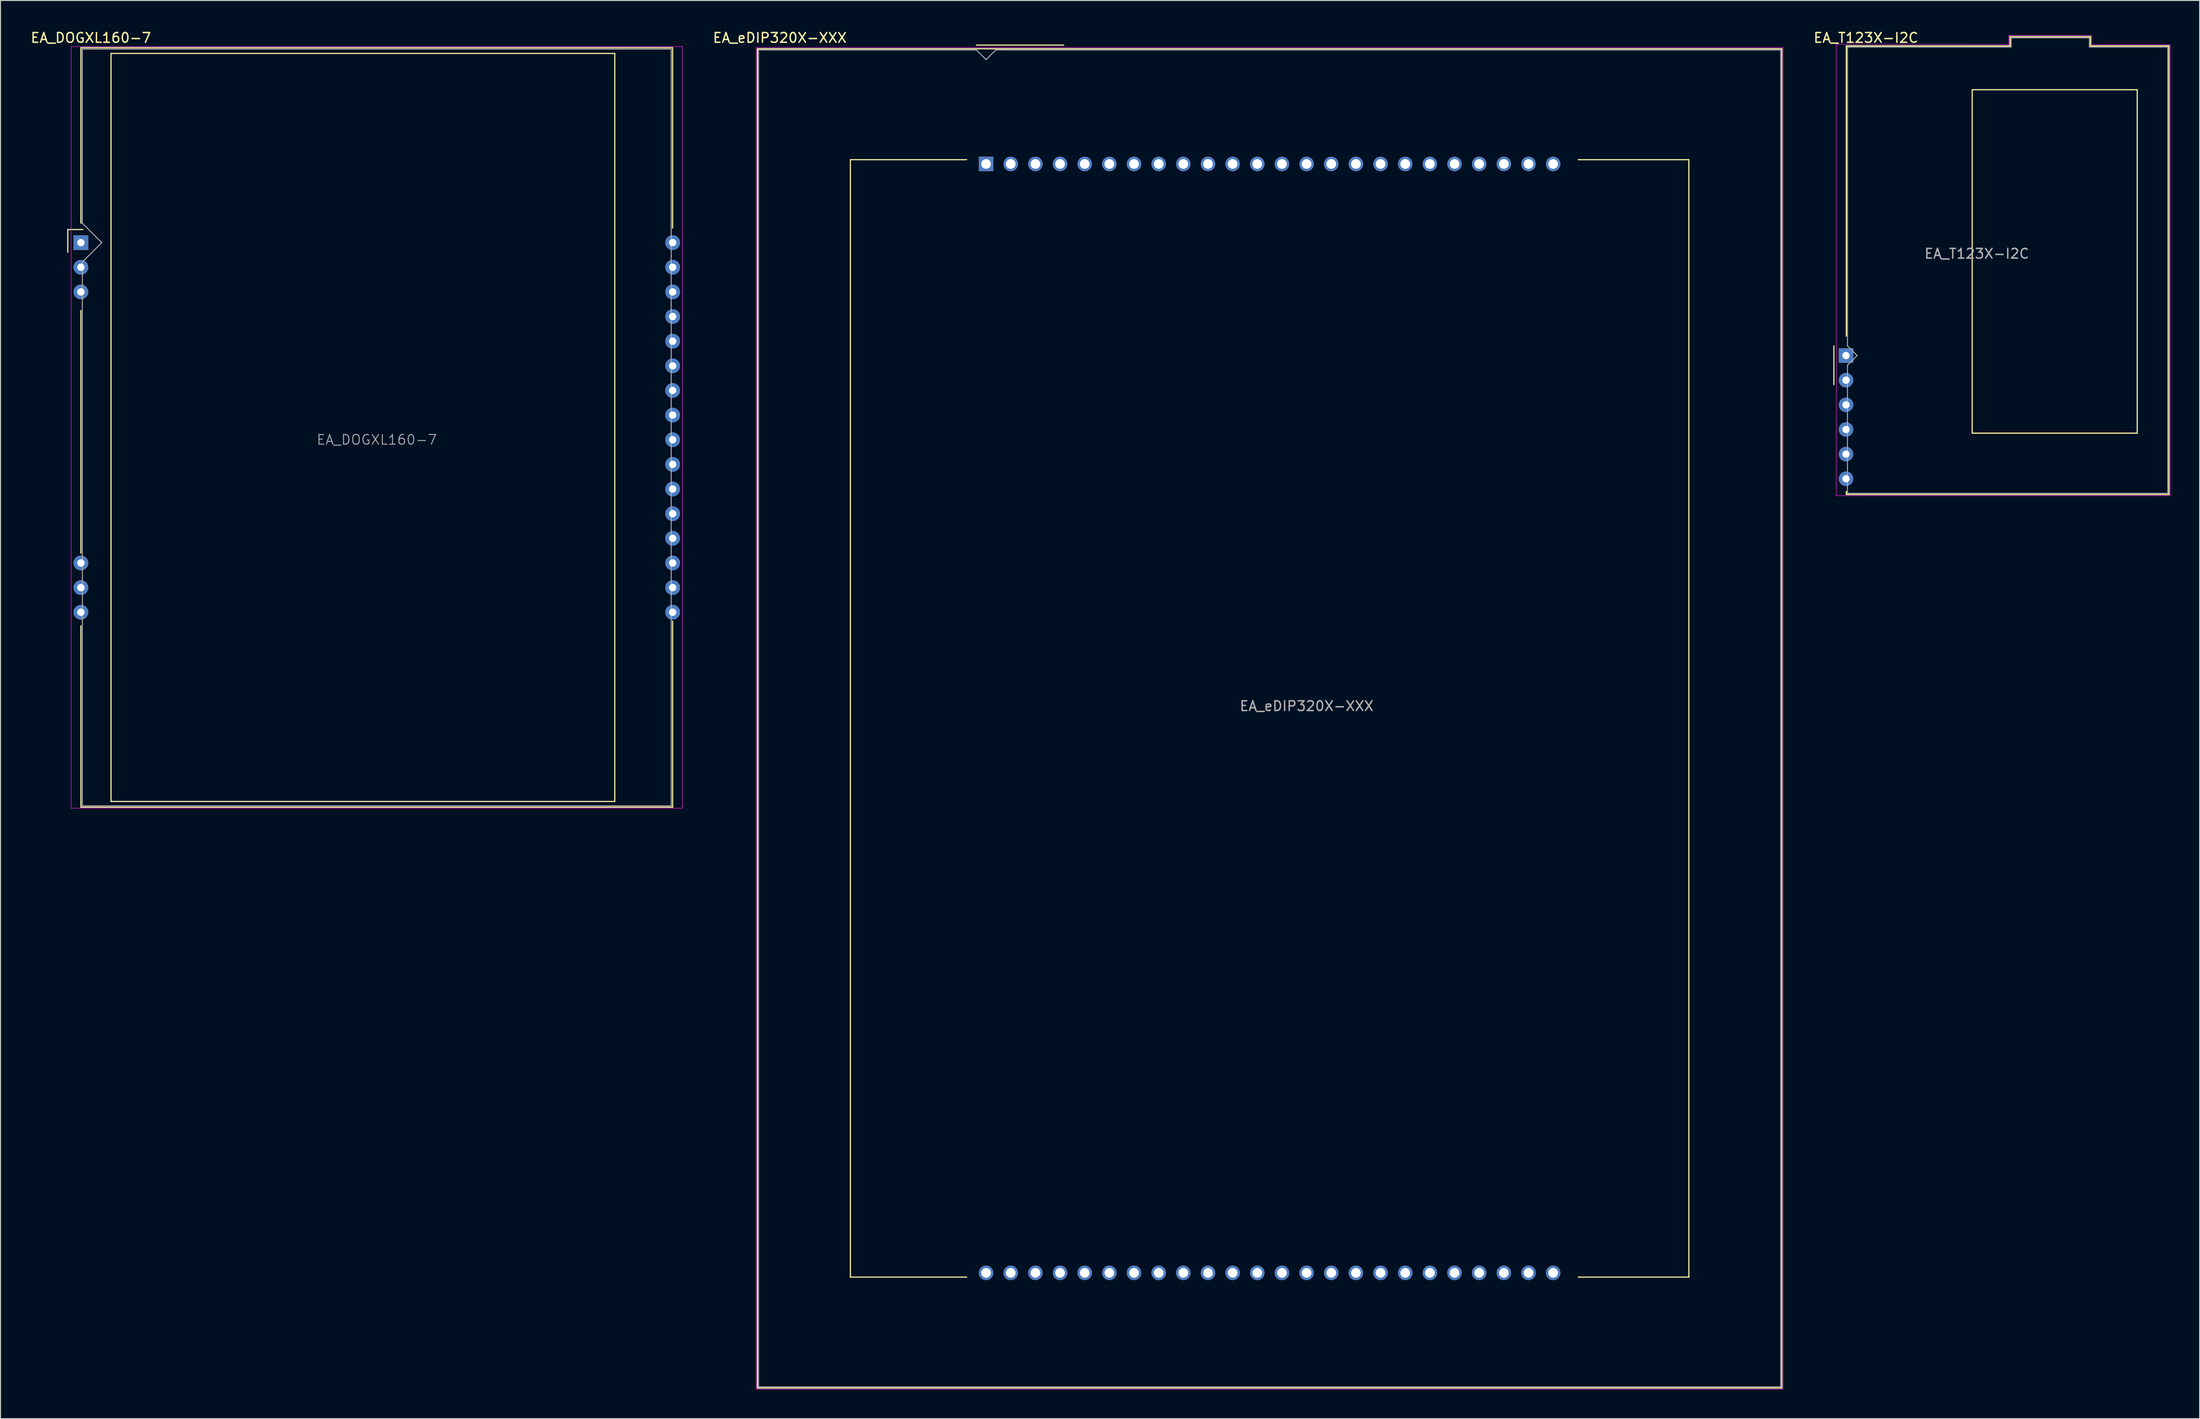
<source format=kicad_pcb>
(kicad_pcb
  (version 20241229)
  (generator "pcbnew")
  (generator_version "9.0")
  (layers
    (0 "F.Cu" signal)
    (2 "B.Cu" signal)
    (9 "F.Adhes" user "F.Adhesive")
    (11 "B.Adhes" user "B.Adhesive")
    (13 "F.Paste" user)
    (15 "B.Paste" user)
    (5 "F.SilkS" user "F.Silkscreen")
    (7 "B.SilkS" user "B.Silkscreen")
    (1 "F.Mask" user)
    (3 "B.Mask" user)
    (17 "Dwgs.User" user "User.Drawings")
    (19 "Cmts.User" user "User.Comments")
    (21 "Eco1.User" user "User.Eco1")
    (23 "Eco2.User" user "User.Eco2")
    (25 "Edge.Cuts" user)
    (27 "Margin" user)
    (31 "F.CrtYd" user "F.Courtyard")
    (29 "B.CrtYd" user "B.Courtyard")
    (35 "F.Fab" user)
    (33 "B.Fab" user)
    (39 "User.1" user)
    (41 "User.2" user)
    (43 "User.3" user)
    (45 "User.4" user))
  (footprint "EA_DOGXL160-7"
    (layer "F.Cu")
    (at 5.285 21.958)
    (property "Reference" "EA_DOGXL160-7" (at 1.03 -21.11 0) (layer "F.SilkS") (effects (font (size 1 1) (thickness 0.15))))
    (attr through_hole)
    (fp_line (start -1.35 -1.35) (end -1.35 1) (stroke (width 0.12) (type solid)) (layer "F.SilkS"))
    (fp_line (start 0 -20.09) (end 0 -2) (stroke (width 0.12) (type solid)) (layer "F.SilkS"))
    (fp_line (start 0 7) (end 0 32) (stroke (width 0.12) (type solid)) (layer "F.SilkS"))
    (fp_line (start 0 39.5) (end 0 58.19) (stroke (width 0.12) (type solid)) (layer "F.SilkS"))
    (fp_line (start 0 58.19) (end 60.96 58.19) (stroke (width 0.12) (type solid)) (layer "F.SilkS"))
    (fp_line (start 0.2 -1.35) (end -1.35 -1.35) (stroke (width 0.12) (type solid)) (layer "F.SilkS"))
    (fp_line (start 3.1 -19.5) (end 3.1 57.6) (stroke (width 0.12) (type solid)) (layer "F.SilkS"))
    (fp_line (start 3.1 57.6) (end 55 57.6) (stroke (width 0.12) (type solid)) (layer "F.SilkS"))
    (fp_line (start 55 -19.5) (end 3.1 -19.5) (stroke (width 0.12) (type solid)) (layer "F.SilkS"))
    (fp_line (start 55 57.6) (end 55 -19.5) (stroke (width 0.12) (type solid)) (layer "F.SilkS"))
    (fp_line (start 60.96 -20.09) (end 0 -20.09) (stroke (width 0.12) (type solid)) (layer "F.SilkS"))
    (fp_line (start 60.96 -1.5) (end 60.96 -20.08) (stroke (width 0.12) (type solid)) (layer "F.SilkS"))
    (fp_line (start 60.96 58.19) (end 60.96 39.02) (stroke (width 0.12) (type solid)) (layer "F.SilkS"))
    (fp_line (start -1.01 -20.2) (end 61.97 -20.2) (stroke (width 0.05) (type solid)) (layer "F.CrtYd"))
    (fp_line (start -1.01 58.3) (end -1.01 -20.2) (stroke (width 0.05) (type solid)) (layer "F.CrtYd"))
    (fp_line (start 61.97 -20.2) (end 61.97 58.3) (stroke (width 0.05) (type solid)) (layer "F.CrtYd"))
    (fp_line (start 61.97 58.3) (end -1.01 58.3) (stroke (width 0.05) (type solid)) (layer "F.CrtYd"))
    (fp_line (start 0.15 -19.95) (end 60.81 -19.95) (stroke (width 0.1) (type solid)) (layer "F.Fab"))
    (fp_line (start 0.15 -2) (end 0.15 -19.95) (stroke (width 0.1) (type solid)) (layer "F.Fab"))
    (fp_line (start 0.15 -2) (end 2.15 0) (stroke (width 0.1) (type solid)) (layer "F.Fab"))
    (fp_line (start 0.15 2) (end 0.15 58.05) (stroke (width 0.1) (type solid)) (layer "F.Fab"))
    (fp_line (start 2.15 0) (end 0.15 2) (stroke (width 0.1) (type solid)) (layer "F.Fab"))
    (fp_line (start 60.81 -19.95) (end 60.81 58.05) (stroke (width 0.1) (type solid)) (layer "F.Fab"))
    (fp_line (start 60.81 58.05) (end 0.15 58.05) (stroke (width 0.1) (type solid)) (layer "F.Fab"))
    (fp_text user "${REFERENCE}" (at 30.48 20.32 0) (layer "F.Fab") (effects (font (size 1 1) (thickness 0.1))))
    (pad "1" thru_hole rect (at 0 0) (size 1.524 1.524) (drill 0.762) (layers "*.Cu" "*.Mask"))
    (pad "2" thru_hole circle (at 0 2.54) (size 1.524 1.524) (drill 0.762) (layers "*.Cu" "*.Mask"))
    (pad "3" thru_hole circle (at 0 5.08) (size 1.524 1.524) (drill 0.762) (layers "*.Cu" "*.Mask"))
    (pad "14" thru_hole circle (at 0 33.02) (size 1.524 1.524) (drill 0.762) (layers "*.Cu" "*.Mask"))
    (pad "15" thru_hole circle (at 0 35.56) (size 1.524 1.524) (drill 0.762) (layers "*.Cu" "*.Mask"))
    (pad "16" thru_hole circle (at 0 38.1) (size 1.524 1.524) (drill 0.762) (layers "*.Cu" "*.Mask"))
    (pad "17" thru_hole circle (at 60.96 38.1) (size 1.524 1.524) (drill 0.762) (layers "*.Cu" "*.Mask"))
    (pad "18" thru_hole circle (at 60.96 35.56) (size 1.524 1.524) (drill 0.762) (layers "*.Cu" "*.Mask"))
    (pad "19" thru_hole circle (at 60.96 33.02) (size 1.524 1.524) (drill 0.762) (layers "*.Cu" "*.Mask"))
    (pad "20" thru_hole circle (at 60.96 30.48) (size 1.524 1.524) (drill 0.762) (layers "*.Cu" "*.Mask"))
    (pad "21" thru_hole circle (at 60.96 27.94) (size 1.524 1.524) (drill 0.762) (layers "*.Cu" "*.Mask"))
    (pad "22" thru_hole circle (at 60.96 25.4) (size 1.524 1.524) (drill 0.762) (layers "*.Cu" "*.Mask"))
    (pad "23" thru_hole circle (at 60.96 22.86) (size 1.524 1.524) (drill 0.762) (layers "*.Cu" "*.Mask"))
    (pad "24" thru_hole circle (at 60.96 20.32) (size 1.524 1.524) (drill 0.762) (layers "*.Cu" "*.Mask"))
    (pad "25" thru_hole circle (at 60.96 17.78) (size 1.524 1.524) (drill 0.762) (layers "*.Cu" "*.Mask"))
    (pad "26" thru_hole circle (at 60.96 15.24) (size 1.524 1.524) (drill 0.762) (layers "*.Cu" "*.Mask"))
    (pad "27" thru_hole circle (at 60.96 12.7) (size 1.524 1.524) (drill 0.762) (layers "*.Cu" "*.Mask"))
    (pad "28" thru_hole circle (at 60.96 10.16) (size 1.524 1.524) (drill 0.762) (layers "*.Cu" "*.Mask"))
    (pad "29" thru_hole circle (at 60.96 7.62) (size 1.524 1.524) (drill 0.762) (layers "*.Cu" "*.Mask"))
    (pad "30" thru_hole circle (at 60.96 5.08) (size 1.524 1.524) (drill 0.762) (layers "*.Cu" "*.Mask"))
    (pad "31" thru_hole circle (at 60.96 2.54) (size 1.524 1.524) (drill 0.762) (layers "*.Cu" "*.Mask"))
    (pad "32" thru_hole circle (at 60.96 0) (size 1.524 1.524) (drill 0.762) (layers "*.Cu" "*.Mask")))
  (footprint "EA_T123X-I2C"
    (layer "F.Cu")
    (at 187.127 33.598)
    (property "Reference" "EA_T123X-I2C" (at 2.05 -32.75 0) (layer "F.SilkS") (effects (font (size 1 1) (thickness 0.15))))
    (attr through_hole)
    (fp_line (start -1.25 -1) (end -1.25 3) (stroke (width 0.12) (type solid)) (layer "F.SilkS"))
    (fp_line (start 0.03 -31.92) (end 0.03 -2) (stroke (width 0.12) (type solid)) (layer "F.SilkS"))
    (fp_line (start 0.03 -31.92) (end 16.89 -31.92) (stroke (width 0.12) (type solid)) (layer "F.SilkS"))
    (fp_line (start 0.03 14.32) (end 0.03 14) (stroke (width 0.12) (type solid)) (layer "F.SilkS"))
    (fp_line (start 13 -27.4) (end 30 -27.4) (stroke (width 0.12) (type solid)) (layer "F.SilkS"))
    (fp_line (start 13 8) (end 13 -27.4) (stroke (width 0.12) (type solid)) (layer "F.SilkS"))
    (fp_line (start 13 8) (end 30 8) (stroke (width 0.12) (type solid)) (layer "F.SilkS"))
    (fp_line (start 16.89 -32.87) (end 16.89 -31.94) (stroke (width 0.12) (type solid)) (layer "F.SilkS"))
    (fp_line (start 25.19 -32.87) (end 16.89 -32.87) (stroke (width 0.12) (type solid)) (layer "F.SilkS"))
    (fp_line (start 25.19 -31.93) (end 25.19 -32.87) (stroke (width 0.12) (type solid)) (layer "F.SilkS"))
    (fp_line (start 25.19 -31.92) (end 33.27 -31.92) (stroke (width 0.12) (type solid)) (layer "F.SilkS"))
    (fp_line (start 30 -27.4) (end 30 8) (stroke (width 0.12) (type solid)) (layer "F.SilkS"))
    (fp_line (start 33.27 -31.92) (end 33.27 14.32) (stroke (width 0.12) (type solid)) (layer "F.SilkS"))
    (fp_line (start 33.27 14.32) (end 0.03 14.32) (stroke (width 0.12) (type solid)) (layer "F.SilkS"))
    (fp_line (start -1 14.45) (end -1 -32.05) (stroke (width 0.05) (type solid)) (layer "F.CrtYd"))
    (fp_line (start 16.76 -33) (end 16.76 -32.08) (stroke (width 0.05) (type solid)) (layer "F.CrtYd"))
    (fp_line (start 16.76 -32.08) (end -1 -32.09) (stroke (width 0.05) (type solid)) (layer "F.CrtYd"))
    (fp_line (start 25.31 -33) (end 16.76 -33) (stroke (width 0.05) (type solid)) (layer "F.CrtYd"))
    (fp_line (start 25.32 -32.06) (end 25.32 -33) (stroke (width 0.05) (type solid)) (layer "F.CrtYd"))
    (fp_line (start 25.32 -32.05) (end 33.4 -32.05) (stroke (width 0.05) (type solid)) (layer "F.CrtYd"))
    (fp_line (start 33.4 -32.05) (end 33.4 14.45) (stroke (width 0.05) (type solid)) (layer "F.CrtYd"))
    (fp_line (start 33.4 14.45) (end -1 14.45) (stroke (width 0.05) (type solid)) (layer "F.CrtYd"))
    (fp_line (start 0.15 -31.8) (end 17.01 -31.8) (stroke (width 0.1) (type solid)) (layer "F.Fab"))
    (fp_line (start 0.15 -1) (end 0.15 -31.8) (stroke (width 0.1) (type solid)) (layer "F.Fab"))
    (fp_line (start 0.15 -1) (end 1.15 0) (stroke (width 0.1) (type solid)) (layer "F.Fab"))
    (fp_line (start 0.15 1) (end 0.15 14.2) (stroke (width 0.1) (type solid)) (layer "F.Fab"))
    (fp_line (start 0.15 14.2) (end 33.15 14.2) (stroke (width 0.1) (type solid)) (layer "F.Fab"))
    (fp_line (start 1.15 0) (end 0.15 1) (stroke (width 0.1) (type solid)) (layer "F.Fab"))
    (fp_line (start 17.01 -32.75) (end 17.01 -31.8) (stroke (width 0.1) (type solid)) (layer "F.Fab"))
    (fp_line (start 25.07 -32.75) (end 17.01 -32.75) (stroke (width 0.1) (type solid)) (layer "F.Fab"))
    (fp_line (start 25.07 -31.8) (end 25.07 -32.75) (stroke (width 0.1) (type solid)) (layer "F.Fab"))
    (fp_line (start 25.07 -31.8) (end 33.15 -31.8) (stroke (width 0.1) (type solid)) (layer "F.Fab"))
    (fp_line (start 33.15 -31.8) (end 33.15 14.2) (stroke (width 0.1) (type solid)) (layer "F.Fab"))
    (fp_text user "${REFERENCE}" (at 13.47 -10.5 0) (layer "F.Fab") (effects (font (size 1 1) (thickness 0.15))))
    (pad "1" thru_hole rect (at 0 0) (size 1.5 1.5) (drill 0.75) (layers "*.Cu" "*.Mask"))
    (pad "2" thru_hole circle (at 0 2.54) (size 1.5 1.5) (drill 0.75) (layers "*.Cu" "*.Mask"))
    (pad "3" thru_hole circle (at 0 5.08) (size 1.5 1.5) (drill 0.75) (layers "*.Cu" "*.Mask"))
    (pad "4" thru_hole circle (at 0 7.62) (size 1.5 1.5) (drill 0.75) (layers "*.Cu" "*.Mask"))
    (pad "5" thru_hole circle (at 0 10.16) (size 1.5 1.5) (drill 0.75) (layers "*.Cu" "*.Mask"))
    (pad "6" thru_hole circle (at 0 12.7) (size 1.5 1.5) (drill 0.75) (layers "*.Cu" "*.Mask")))
  (footprint "EA_eDIP320X-XXX"
    (layer "F.Cu")
    (at 98.536 13.848)
    (property "Reference" "EA_eDIP320X-XXX" (at -21.25 -13 0) (layer "F.SilkS") (effects (font (size 1 1) (thickness 0.15))))
    (attr through_hole)
    (fp_line (start -23.56 -11.87) (end 81.98 -11.87) (stroke (width 0.12) (type solid)) (layer "F.SilkS"))
    (fp_line (start -23.56 126.17) (end -23.56 -11.87) (stroke (width 0.12) (type solid)) (layer "F.SilkS"))
    (fp_line (start -13.98 -0.44) (end -2 -0.44) (stroke (width 0.12) (type solid)) (layer "F.SilkS"))
    (fp_line (start -13.98 114.74) (end -13.98 -0.44) (stroke (width 0.12) (type solid)) (layer "F.SilkS"))
    (fp_line (start -13.98 114.74) (end -2 114.74) (stroke (width 0.12) (type solid)) (layer "F.SilkS"))
    (fp_line (start -1 -12.25) (end 8 -12.25) (stroke (width 0.12) (type solid)) (layer "F.SilkS"))
    (fp_line (start 61 -0.44) (end 72.4 -0.44) (stroke (width 0.12) (type solid)) (layer "F.SilkS"))
    (fp_line (start 72.4 -0.44) (end 72.4 114.74) (stroke (width 0.12) (type solid)) (layer "F.SilkS"))
    (fp_line (start 72.4 114.74) (end 61 114.74) (stroke (width 0.12) (type solid)) (layer "F.SilkS"))
    (fp_line (start 81.98 -11.87) (end 81.98 126.17) (stroke (width 0.12) (type solid)) (layer "F.SilkS"))
    (fp_line (start 81.98 126.17) (end -23.56 126.17) (stroke (width 0.12) (type solid)) (layer "F.SilkS"))
    (fp_line (start -23.69 -12) (end 82.11 -12) (stroke (width 0.05) (type solid)) (layer "F.CrtYd"))
    (fp_line (start -23.69 126.3) (end -23.69 -12) (stroke (width 0.05) (type solid)) (layer "F.CrtYd"))
    (fp_line (start 82.11 -12) (end 82.11 126.3) (stroke (width 0.05) (type solid)) (layer "F.CrtYd"))
    (fp_line (start 82.11 126.3) (end -23.69 126.3) (stroke (width 0.05) (type solid)) (layer "F.CrtYd"))
    (fp_line (start -23.44 126.05) (end -23.44 -11.75) (stroke (width 0.1) (type solid)) (layer "F.Fab"))
    (fp_line (start -1 -11.75) (end -23.44 -11.75) (stroke (width 0.1) (type solid)) (layer "F.Fab"))
    (fp_line (start 0 -10.75) (end -1 -11.75) (stroke (width 0.1) (type solid)) (layer "F.Fab"))
    (fp_line (start 1 -11.75) (end 0 -10.75) (stroke (width 0.1) (type solid)) (layer "F.Fab"))
    (fp_line (start 1 -11.75) (end 81.86 -11.75) (stroke (width 0.1) (type solid)) (layer "F.Fab"))
    (fp_line (start 81.86 -11.75) (end 81.86 126.05) (stroke (width 0.1) (type solid)) (layer "F.Fab"))
    (fp_line (start 81.86 126.05) (end -23.44 126.05) (stroke (width 0.1) (type solid)) (layer "F.Fab"))
    (fp_text user "${REFERENCE}" (at 33.02 55.88 0) (layer "F.Fab") (effects (font (size 1 1) (thickness 0.15))))
    (pad "1" thru_hole rect (at 0 0) (size 1.5 1.5) (drill 1) (layers "*.Cu" "*.Mask"))
    (pad "2" thru_hole circle (at 2.54 0) (size 1.5 1.5) (drill 1) (layers "*.Cu" "*.Mask"))
    (pad "3" thru_hole circle (at 5.08 0) (size 1.5 1.5) (drill 1) (layers "*.Cu" "*.Mask"))
    (pad "4" thru_hole circle (at 7.62 0) (size 1.5 1.5) (drill 1) (layers "*.Cu" "*.Mask"))
    (pad "5" thru_hole circle (at 10.16 0) (size 1.5 1.5) (drill 1) (layers "*.Cu" "*.Mask"))
    (pad "6" thru_hole circle (at 12.7 0) (size 1.5 1.5) (drill 1) (layers "*.Cu" "*.Mask"))
    (pad "7" thru_hole circle (at 15.24 0) (size 1.5 1.5) (drill 1) (layers "*.Cu" "*.Mask"))
    (pad "8" thru_hole circle (at 17.78 0) (size 1.5 1.5) (drill 1) (layers "*.Cu" "*.Mask"))
    (pad "9" thru_hole circle (at 20.32 0) (size 1.5 1.5) (drill 1) (layers "*.Cu" "*.Mask"))
    (pad "10" thru_hole circle (at 22.86 0) (size 1.5 1.5) (drill 1) (layers "*.Cu" "*.Mask"))
    (pad "11" thru_hole circle (at 25.4 0) (size 1.5 1.5) (drill 1) (layers "*.Cu" "*.Mask"))
    (pad "12" thru_hole circle (at 27.94 0) (size 1.5 1.5) (drill 1) (layers "*.Cu" "*.Mask"))
    (pad "13" thru_hole circle (at 30.48 0) (size 1.5 1.5) (drill 1) (layers "*.Cu" "*.Mask"))
    (pad "14" thru_hole circle (at 33.02 0) (size 1.5 1.5) (drill 1) (layers "*.Cu" "*.Mask"))
    (pad "15" thru_hole circle (at 35.56 0) (size 1.5 1.5) (drill 1) (layers "*.Cu" "*.Mask"))
    (pad "16" thru_hole circle (at 38.1 0) (size 1.5 1.5) (drill 1) (layers "*.Cu" "*.Mask"))
    (pad "17" thru_hole circle (at 40.64 0) (size 1.5 1.5) (drill 1) (layers "*.Cu" "*.Mask"))
    (pad "18" thru_hole circle (at 43.18 0) (size 1.5 1.5) (drill 1) (layers "*.Cu" "*.Mask"))
    (pad "19" thru_hole circle (at 45.72 0) (size 1.5 1.5) (drill 1) (layers "*.Cu" "*.Mask"))
    (pad "20" thru_hole circle (at 48.26 0) (size 1.5 1.5) (drill 1) (layers "*.Cu" "*.Mask"))
    (pad "21" thru_hole circle (at 50.8 0) (size 1.5 1.5) (drill 1) (layers "*.Cu" "*.Mask"))
    (pad "22" thru_hole circle (at 53.34 0) (size 1.5 1.5) (drill 1) (layers "*.Cu" "*.Mask"))
    (pad "23" thru_hole circle (at 55.88 0) (size 1.5 1.5) (drill 1) (layers "*.Cu" "*.Mask"))
    (pad "24" thru_hole circle (at 58.42 0) (size 1.5 1.5) (drill 1) (layers "*.Cu" "*.Mask"))
    (pad "25" thru_hole circle (at 58.42 114.3) (size 1.5 1.5) (drill 1) (layers "*.Cu" "*.Mask"))
    (pad "26" thru_hole circle (at 55.88 114.3) (size 1.5 1.5) (drill 1) (layers "*.Cu" "*.Mask"))
    (pad "27" thru_hole circle (at 53.34 114.3) (size 1.5 1.5) (drill 1) (layers "*.Cu" "*.Mask"))
    (pad "28" thru_hole circle (at 50.8 114.3) (size 1.5 1.5) (drill 1) (layers "*.Cu" "*.Mask"))
    (pad "29" thru_hole circle (at 48.26 114.3) (size 1.5 1.5) (drill 1) (layers "*.Cu" "*.Mask"))
    (pad "30" thru_hole circle (at 45.72 114.3) (size 1.5 1.5) (drill 1) (layers "*.Cu" "*.Mask"))
    (pad "31" thru_hole circle (at 43.18 114.3) (size 1.5 1.5) (drill 1) (layers "*.Cu" "*.Mask"))
    (pad "32" thru_hole circle (at 40.64 114.3) (size 1.5 1.5) (drill 1) (layers "*.Cu" "*.Mask"))
    (pad "33" thru_hole circle (at 38.1 114.3) (size 1.5 1.5) (drill 1) (layers "*.Cu" "*.Mask"))
    (pad "34" thru_hole circle (at 35.56 114.3) (size 1.5 1.5) (drill 1) (layers "*.Cu" "*.Mask"))
    (pad "35" thru_hole circle (at 33.02 114.3) (size 1.5 1.5) (drill 1) (layers "*.Cu" "*.Mask"))
    (pad "36" thru_hole circle (at 30.48 114.3) (size 1.5 1.5) (drill 1) (layers "*.Cu" "*.Mask"))
    (pad "37" thru_hole circle (at 27.94 114.3) (size 1.5 1.5) (drill 1) (layers "*.Cu" "*.Mask"))
    (pad "38" thru_hole circle (at 25.4 114.3) (size 1.5 1.5) (drill 1) (layers "*.Cu" "*.Mask"))
    (pad "39" thru_hole circle (at 22.86 114.3) (size 1.5 1.5) (drill 1) (layers "*.Cu" "*.Mask"))
    (pad "40" thru_hole circle (at 20.32 114.3) (size 1.5 1.5) (drill 1) (layers "*.Cu" "*.Mask"))
    (pad "41" thru_hole circle (at 17.78 114.3) (size 1.5 1.5) (drill 1) (layers "*.Cu" "*.Mask"))
    (pad "42" thru_hole circle (at 15.24 114.3) (size 1.5 1.5) (drill 1) (layers "*.Cu" "*.Mask"))
    (pad "43" thru_hole circle (at 12.7 114.3) (size 1.5 1.5) (drill 1) (layers "*.Cu" "*.Mask"))
    (pad "44" thru_hole circle (at 10.16 114.3) (size 1.5 1.5) (drill 1) (layers "*.Cu" "*.Mask"))
    (pad "45" thru_hole circle (at 7.62 114.3) (size 1.5 1.5) (drill 1) (layers "*.Cu" "*.Mask"))
    (pad "46" thru_hole circle (at 5.08 114.3) (size 1.5 1.5) (drill 1) (layers "*.Cu" "*.Mask"))
    (pad "47" thru_hole circle (at 2.54 114.3) (size 1.5 1.5) (drill 1) (layers "*.Cu" "*.Mask"))
    (pad "48" thru_hole circle (at 0 114.3) (size 1.5 1.5) (drill 1) (layers "*.Cu" "*.Mask")))
  (gr_rect
    (start -3 -3)
    (end 223.552 143.173)
    (stroke (width 0.1) (type default))
    (fill no)
    (layer "Edge.Cuts")))
</source>
